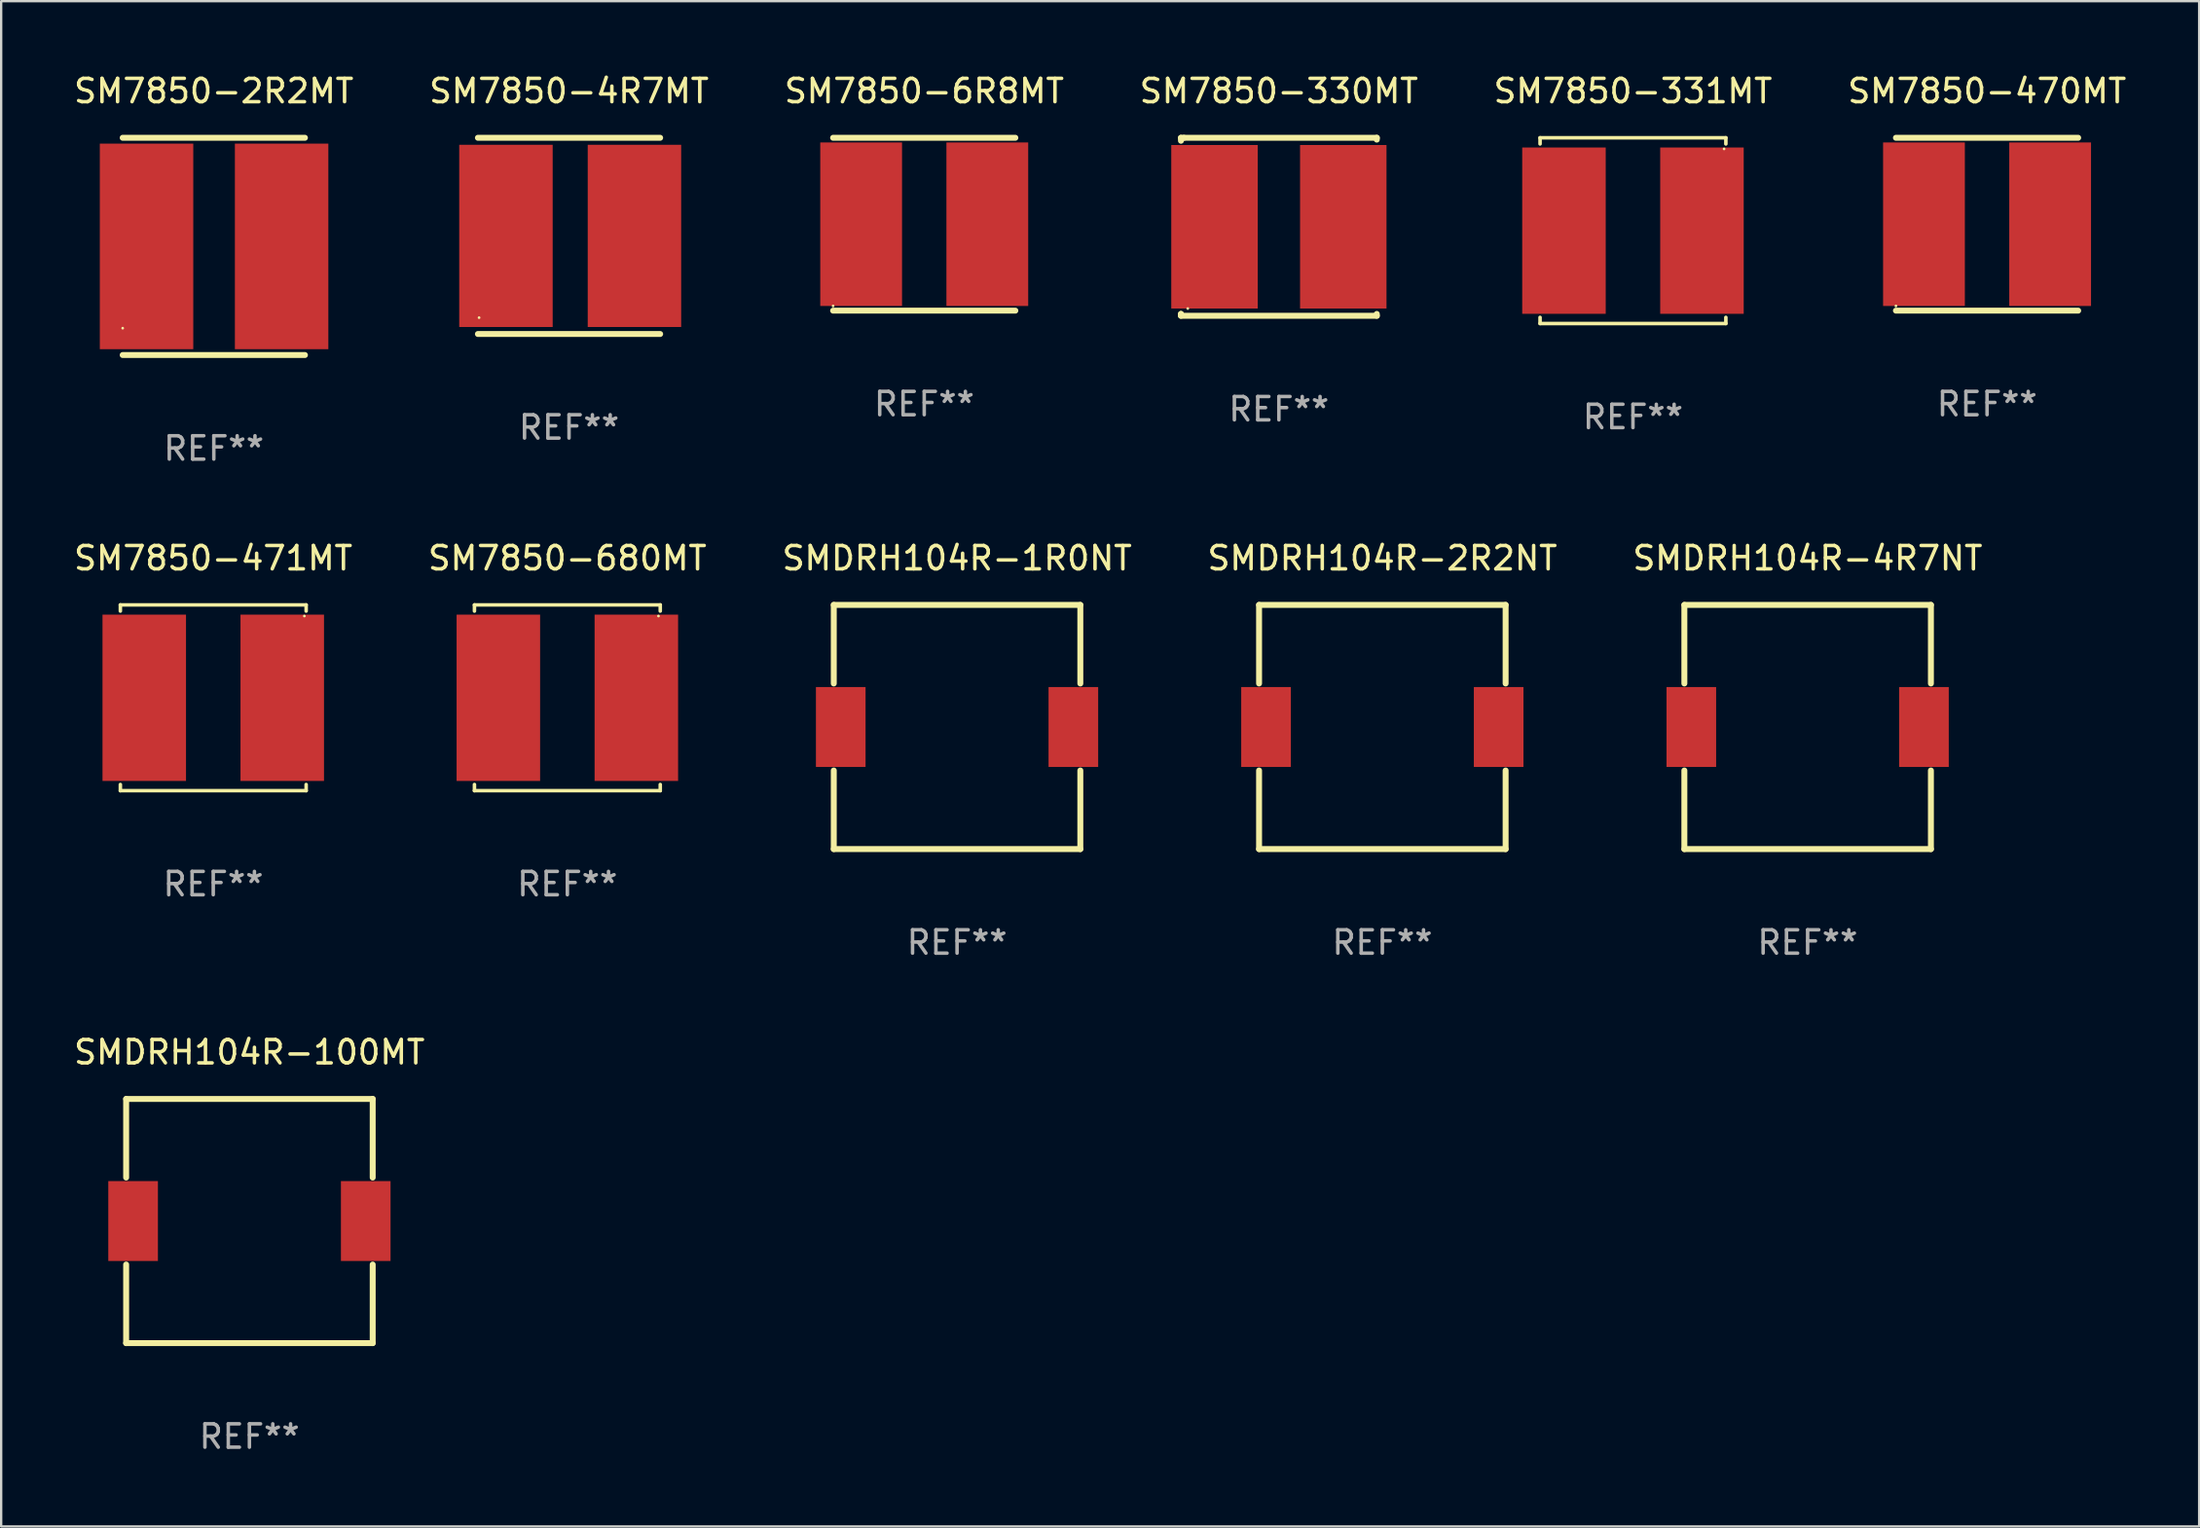
<source format=kicad_pcb>
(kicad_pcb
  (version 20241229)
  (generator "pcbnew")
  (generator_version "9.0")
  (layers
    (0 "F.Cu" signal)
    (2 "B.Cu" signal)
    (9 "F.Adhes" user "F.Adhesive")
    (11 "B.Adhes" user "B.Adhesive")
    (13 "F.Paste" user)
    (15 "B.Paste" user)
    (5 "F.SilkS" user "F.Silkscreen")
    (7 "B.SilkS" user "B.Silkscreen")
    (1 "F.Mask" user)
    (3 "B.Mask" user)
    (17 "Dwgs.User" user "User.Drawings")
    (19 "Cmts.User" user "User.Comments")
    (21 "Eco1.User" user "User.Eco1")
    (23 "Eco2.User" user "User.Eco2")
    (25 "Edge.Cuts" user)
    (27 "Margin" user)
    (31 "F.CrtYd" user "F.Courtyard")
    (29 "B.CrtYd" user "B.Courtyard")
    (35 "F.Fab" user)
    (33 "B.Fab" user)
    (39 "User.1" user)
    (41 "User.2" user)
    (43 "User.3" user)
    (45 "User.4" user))
  (footprint "SM7850-6R8MT"
    (layer "F.Cu")
    (at 36.506 6.548)
    (property "Reference" "SM7850-6R8MT" (at 0 -5.7 0) (layer "F.SilkS") (effects (font (size 1 1) (thickness 0.15))))
    (attr through_hole)
    (fp_line (start -3.9 -3.7) (end 3.9 -3.7) (stroke (width 0.254) (type solid)) (layer "F.SilkS"))
    (fp_line (start -3.9 3.7) (end 3.9 3.7) (stroke (width 0.254) (type solid)) (layer "F.SilkS"))
    (fp_circle (center -3.9 3.5) (end -3.87 3.5) (stroke (width 0.06) (type solid)) (fill no) (layer "F.SilkS"))
    (fp_text user "REF**" (at 0 7.7 0) (layer "F.Fab") (effects (font (size 1 1) (thickness 0.15))))
    (pad "1" smd rect (at -2.7 0) (size 3.5 7) (layers "F.Cu" "F.Mask" "F.Paste"))
    (pad "2" smd rect (at 2.7 0) (size 3.5 7) (layers "F.Cu" "F.Mask" "F.Paste")))
  (footprint "SM7850-2R2MT"
    (layer "F.Cu")
    (at 6.101 7.498)
    (property "Reference" "SM7850-2R2MT" (at 0 -6.65 0) (layer "F.SilkS") (effects (font (size 1 1) (thickness 0.15))))
    (attr through_hole)
    (fp_line (start -3.9 -4.65) (end 3.9 -4.65) (stroke (width 0.254) (type solid)) (layer "F.SilkS"))
    (fp_line (start -3.9 4.65) (end 3.9 4.65) (stroke (width 0.254) (type solid)) (layer "F.SilkS"))
    (fp_circle (center -3.9 3.5) (end -3.87 3.5) (stroke (width 0.06) (type solid)) (fill no) (layer "F.SilkS"))
    (fp_text user "REF**" (at 0 8.65 0) (layer "F.Fab") (effects (font (size 1 1) (thickness 0.15))))
    (pad "1" smd rect (at -2.879 0) (size 4 8.8) (layers "F.Cu" "F.Mask" "F.Paste"))
    (pad "2" smd rect (at 2.902 0) (size 4 8.8) (layers "F.Cu" "F.Mask" "F.Paste")))
  (footprint "SM7850-4R7MT"
    (layer "F.Cu")
    (at 21.304 7.048)
    (property "Reference" "SM7850-4R7MT" (at 0 -6.2 0) (layer "F.SilkS") (effects (font (size 1 1) (thickness 0.15))))
    (attr through_hole)
    (fp_line (start -3.9 -4.2) (end 3.9 -4.2) (stroke (width 0.254) (type solid)) (layer "F.SilkS"))
    (fp_line (start -3.9 4.2) (end 3.9 4.2) (stroke (width 0.254) (type solid)) (layer "F.SilkS"))
    (fp_circle (center -3.85 3.5) (end -3.82 3.5) (stroke (width 0.06) (type solid)) (fill no) (layer "F.SilkS"))
    (fp_text user "REF**" (at 0 8.2 0) (layer "F.Fab") (effects (font (size 1 1) (thickness 0.15))))
    (pad "1" smd rect (at -2.7 0) (size 4 7.8) (layers "F.Cu" "F.Mask" "F.Paste"))
    (pad "2" smd rect (at 2.8 0) (size 4 7.8) (layers "F.Cu" "F.Mask" "F.Paste")))
  (footprint "SM7850-470MT"
    (layer "F.Cu")
    (at 81.994 6.548)
    (property "Reference" "SM7850-470MT" (at 0 -5.7 0) (layer "F.SilkS") (effects (font (size 1 1) (thickness 0.15))))
    (attr through_hole)
    (fp_line (start -3.9 -3.7) (end 3.9 -3.7) (stroke (width 0.254) (type solid)) (layer "F.SilkS"))
    (fp_line (start -3.9 3.7) (end 3.9 3.7) (stroke (width 0.254) (type solid)) (layer "F.SilkS"))
    (fp_circle (center -3.9 3.5) (end -3.87 3.5) (stroke (width 0.06) (type solid)) (fill no) (layer "F.SilkS"))
    (fp_text user "REF**" (at 0 7.7 0) (layer "F.Fab") (effects (font (size 1 1) (thickness 0.15))))
    (pad "1" smd rect (at -2.7 0) (size 3.5 7) (layers "F.Cu" "F.Mask" "F.Paste"))
    (pad "2" smd rect (at 2.7 0) (size 3.5 7) (layers "F.Cu" "F.Mask" "F.Paste")))
  (footprint "SM7850-331MT"
    (layer "F.Cu")
    (at 66.839 6.824)
    (property "Reference" "SM7850-331MT" (at 0 -5.976 0) (layer "F.SilkS") (effects (font (size 1 1) (thickness 0.15))))
    (attr through_hole)
    (fp_line (start -3.976 -3.976) (end 3.976 -3.976) (stroke (width 0.152) (type solid)) (layer "F.SilkS"))
    (fp_line (start -3.976 -3.712) (end -3.976 -3.976) (stroke (width 0.152) (type solid)) (layer "F.SilkS"))
    (fp_line (start -3.976 3.712) (end -3.976 3.976) (stroke (width 0.152) (type solid)) (layer "F.SilkS"))
    (fp_line (start -3.976 3.976) (end 3.976 3.976) (stroke (width 0.152) (type solid)) (layer "F.SilkS"))
    (fp_line (start 3.976 -3.976) (end 3.976 -3.712) (stroke (width 0.152) (type solid)) (layer "F.SilkS"))
    (fp_line (start 3.976 3.976) (end 3.976 3.712) (stroke (width 0.152) (type solid)) (layer "F.SilkS"))
    (fp_circle (center 3.9 -3.5) (end 3.93 -3.5) (stroke (width 0.06) (type solid)) (fill no) (layer "F.SilkS"))
    (fp_text user "REF**" (at 0 7.976 0) (layer "F.Fab") (effects (font (size 1 1) (thickness 0.15))))
    (pad "1" smd rect (at 2.953 0) (size 3.574 7.12) (layers "F.Cu" "F.Mask" "F.Paste"))
    (pad "2" smd rect (at -2.953 0) (size 3.574 7.12) (layers "F.Cu" "F.Mask" "F.Paste")))
  (footprint "SMDRH104R-100MT"
    (layer "F.Cu")
    (at 7.625 49.22)
    (property "Reference" "SMDRH104R-100MT" (at 0 -7.226 0) (layer "F.SilkS") (effects (font (size 1 1) (thickness 0.15))))
    (attr through_hole)
    (fp_line (start -5.276 -5.226) (end 5.276 -5.226) (stroke (width 0.254) (type solid)) (layer "F.SilkS"))
    (fp_line (start -5.276 -1.862) (end -5.276 -5.226) (stroke (width 0.254) (type solid)) (layer "F.SilkS"))
    (fp_line (start -5.276 1.862) (end -5.276 5.226) (stroke (width 0.254) (type solid)) (layer "F.SilkS"))
    (fp_line (start -5.276 5.226) (end 5.276 5.226) (stroke (width 0.254) (type solid)) (layer "F.SilkS"))
    (fp_line (start 5.276 -5.226) (end 5.276 -1.862) (stroke (width 0.254) (type solid)) (layer "F.SilkS"))
    (fp_line (start 5.276 5.226) (end 5.276 1.862) (stroke (width 0.254) (type solid)) (layer "F.SilkS"))
    (fp_circle (center 5.2 -5.15) (end 5.23 -5.15) (stroke (width 0.06) (type solid)) (fill no) (layer "F.SilkS"))
    (fp_text user "REF**" (at 0 9.226 0) (layer "F.Fab") (effects (font (size 1 1) (thickness 0.15))))
    (pad "1" smd rect (at 4.978 0) (size 2.124 3.42) (layers "F.Cu" "F.Mask" "F.Paste"))
    (pad "2" smd rect (at -4.978 0) (size 2.124 3.42) (layers "F.Cu" "F.Mask" "F.Paste")))
  (footprint "SM7850-471MT"
    (layer "F.Cu")
    (at 6.077 26.821)
    (property "Reference" "SM7850-471MT" (at 0 -5.976 0) (layer "F.SilkS") (effects (font (size 1 1) (thickness 0.15))))
    (attr through_hole)
    (fp_line (start -3.976 -3.976) (end 3.976 -3.976) (stroke (width 0.152) (type solid)) (layer "F.SilkS"))
    (fp_line (start -3.976 -3.712) (end -3.976 -3.976) (stroke (width 0.152) (type solid)) (layer "F.SilkS"))
    (fp_line (start -3.976 3.712) (end -3.976 3.976) (stroke (width 0.152) (type solid)) (layer "F.SilkS"))
    (fp_line (start -3.976 3.976) (end 3.976 3.976) (stroke (width 0.152) (type solid)) (layer "F.SilkS"))
    (fp_line (start 3.976 -3.976) (end 3.976 -3.712) (stroke (width 0.152) (type solid)) (layer "F.SilkS"))
    (fp_line (start 3.976 3.976) (end 3.976 3.712) (stroke (width 0.152) (type solid)) (layer "F.SilkS"))
    (fp_circle (center 3.9 -3.5) (end 3.93 -3.5) (stroke (width 0.06) (type solid)) (fill no) (layer "F.SilkS"))
    (fp_text user "REF**" (at 0 7.976 0) (layer "F.Fab") (effects (font (size 1 1) (thickness 0.15))))
    (pad "1" smd rect (at 2.953 0) (size 3.574 7.12) (layers "F.Cu" "F.Mask" "F.Paste"))
    (pad "2" smd rect (at -2.953 0) (size 3.574 7.12) (layers "F.Cu" "F.Mask" "F.Paste")))
  (footprint "SMDRH104R-4R7NT"
    (layer "F.Cu")
    (at 74.315 28.071)
    (property "Reference" "SMDRH104R-4R7NT" (at 0 -7.226 0) (layer "F.SilkS") (effects (font (size 1 1) (thickness 0.15))))
    (attr through_hole)
    (fp_line (start -5.276 -5.226) (end 5.276 -5.226) (stroke (width 0.254) (type solid)) (layer "F.SilkS"))
    (fp_line (start -5.276 -1.862) (end -5.276 -5.226) (stroke (width 0.254) (type solid)) (layer "F.SilkS"))
    (fp_line (start -5.276 1.862) (end -5.276 5.226) (stroke (width 0.254) (type solid)) (layer "F.SilkS"))
    (fp_line (start -5.276 5.226) (end 5.276 5.226) (stroke (width 0.254) (type solid)) (layer "F.SilkS"))
    (fp_line (start 5.276 -5.226) (end 5.276 -1.862) (stroke (width 0.254) (type solid)) (layer "F.SilkS"))
    (fp_line (start 5.276 5.226) (end 5.276 1.862) (stroke (width 0.254) (type solid)) (layer "F.SilkS"))
    (fp_circle (center 5.2 -5.15) (end 5.23 -5.15) (stroke (width 0.06) (type solid)) (fill no) (layer "F.SilkS"))
    (fp_text user "REF**" (at 0 9.226 0) (layer "F.Fab") (effects (font (size 1 1) (thickness 0.15))))
    (pad "1" smd rect (at 4.978 0) (size 2.124 3.42) (layers "F.Cu" "F.Mask" "F.Paste"))
    (pad "2" smd rect (at -4.978 0) (size 2.124 3.42) (layers "F.Cu" "F.Mask" "F.Paste")))
  (footprint "SM7850-680MT"
    (layer "F.Cu")
    (at 21.232 26.821)
    (property "Reference" "SM7850-680MT" (at 0 -5.976 0) (layer "F.SilkS") (effects (font (size 1 1) (thickness 0.15))))
    (attr through_hole)
    (fp_line (start -3.976 -3.976) (end 3.976 -3.976) (stroke (width 0.152) (type solid)) (layer "F.SilkS"))
    (fp_line (start -3.976 -3.712) (end -3.976 -3.976) (stroke (width 0.152) (type solid)) (layer "F.SilkS"))
    (fp_line (start -3.976 3.712) (end -3.976 3.976) (stroke (width 0.152) (type solid)) (layer "F.SilkS"))
    (fp_line (start -3.976 3.976) (end 3.976 3.976) (stroke (width 0.152) (type solid)) (layer "F.SilkS"))
    (fp_line (start 3.976 -3.976) (end 3.976 -3.712) (stroke (width 0.152) (type solid)) (layer "F.SilkS"))
    (fp_line (start 3.976 3.976) (end 3.976 3.712) (stroke (width 0.152) (type solid)) (layer "F.SilkS"))
    (fp_circle (center 3.9 -3.5) (end 3.93 -3.5) (stroke (width 0.06) (type solid)) (fill no) (layer "F.SilkS"))
    (fp_text user "REF**" (at 0 7.976 0) (layer "F.Fab") (effects (font (size 1 1) (thickness 0.15))))
    (pad "1" smd rect (at 2.953 0) (size 3.574 7.12) (layers "F.Cu" "F.Mask" "F.Paste"))
    (pad "2" smd rect (at -2.953 0) (size 3.574 7.12) (layers "F.Cu" "F.Mask" "F.Paste")))
  (footprint "SM7850-330MT"
    (layer "F.Cu")
    (at 51.685 6.658)
    (property "Reference" "SM7850-330MT" (at 0 -5.81 0) (layer "F.SilkS") (effects (font (size 1 1) (thickness 0.15))))
    (attr through_hole)
    (fp_line (start -4.191 3.73) (end -4.191 3.731) (stroke (width 0.254) (type solid)) (layer "F.SilkS"))
    (fp_line (start -4.191 -3.81) (end -4.191 -3.683) (stroke (width 0.254) (type solid)) (layer "F.SilkS"))
    (fp_line (start -4.191 3.81) (end -4.191 3.731) (stroke (width 0.254) (type solid)) (layer "F.SilkS"))
    (fp_line (start -4.064 -3.81) (end -4.191 -3.81) (stroke (width 0.254) (type solid)) (layer "F.SilkS"))
    (fp_line (start -4.064 -3.81) (end 4.191 -3.81) (stroke (width 0.254) (type solid)) (layer "F.SilkS"))
    (fp_line (start 4.191 -3.81) (end 4.191 -3.731) (stroke (width 0.254) (type solid)) (layer "F.SilkS"))
    (fp_line (start 4.191 3.731) (end 4.191 3.81) (stroke (width 0.254) (type solid)) (layer "F.SilkS"))
    (fp_line (start 4.191 3.81) (end -4.191 3.81) (stroke (width 0.254) (type solid)) (layer "F.SilkS"))
    (fp_circle (center -3.9 3.5) (end -3.87 3.5) (stroke (width 0.06) (type solid)) (fill no) (layer "F.SilkS"))
    (fp_text user "REF**" (at 0 7.81 0) (layer "F.Fab") (effects (font (size 1 1) (thickness 0.15))))
    (pad "1" smd rect (at -2.756 0) (size 3.7 7) (layers "F.Cu" "F.Mask" "F.Paste"))
    (pad "2" smd rect (at 2.756 0) (size 3.7 7) (layers "F.Cu" "F.Mask" "F.Paste")))
  (footprint "SMDRH104R-2R2NT"
    (layer "F.Cu")
    (at 56.113 28.071)
    (property "Reference" "SMDRH104R-2R2NT" (at 0 -7.226 0) (layer "F.SilkS") (effects (font (size 1 1) (thickness 0.15))))
    (attr through_hole)
    (fp_line (start -5.276 -5.226) (end 5.276 -5.226) (stroke (width 0.254) (type solid)) (layer "F.SilkS"))
    (fp_line (start -5.276 -1.862) (end -5.276 -5.226) (stroke (width 0.254) (type solid)) (layer "F.SilkS"))
    (fp_line (start -5.276 1.862) (end -5.276 5.226) (stroke (width 0.254) (type solid)) (layer "F.SilkS"))
    (fp_line (start -5.276 5.226) (end 5.276 5.226) (stroke (width 0.254) (type solid)) (layer "F.SilkS"))
    (fp_line (start 5.276 -5.226) (end 5.276 -1.862) (stroke (width 0.254) (type solid)) (layer "F.SilkS"))
    (fp_line (start 5.276 5.226) (end 5.276 1.862) (stroke (width 0.254) (type solid)) (layer "F.SilkS"))
    (fp_circle (center 5.2 -5.15) (end 5.23 -5.15) (stroke (width 0.06) (type solid)) (fill no) (layer "F.SilkS"))
    (fp_text user "REF**" (at 0 9.226 0) (layer "F.Fab") (effects (font (size 1 1) (thickness 0.15))))
    (pad "1" smd rect (at 4.978 0) (size 2.124 3.42) (layers "F.Cu" "F.Mask" "F.Paste"))
    (pad "2" smd rect (at -4.978 0) (size 2.124 3.42) (layers "F.Cu" "F.Mask" "F.Paste")))
  (footprint "SMDRH104R-1R0NT"
    (layer "F.Cu")
    (at 37.911 28.071)
    (property "Reference" "SMDRH104R-1R0NT" (at 0 -7.226 0) (layer "F.SilkS") (effects (font (size 1 1) (thickness 0.15))))
    (attr through_hole)
    (fp_line (start -5.276 -5.226) (end 5.276 -5.226) (stroke (width 0.254) (type solid)) (layer "F.SilkS"))
    (fp_line (start -5.276 -1.862) (end -5.276 -5.226) (stroke (width 0.254) (type solid)) (layer "F.SilkS"))
    (fp_line (start -5.276 1.862) (end -5.276 5.226) (stroke (width 0.254) (type solid)) (layer "F.SilkS"))
    (fp_line (start -5.276 5.226) (end 5.276 5.226) (stroke (width 0.254) (type solid)) (layer "F.SilkS"))
    (fp_line (start 5.276 -5.226) (end 5.276 -1.862) (stroke (width 0.254) (type solid)) (layer "F.SilkS"))
    (fp_line (start 5.276 5.226) (end 5.276 1.862) (stroke (width 0.254) (type solid)) (layer "F.SilkS"))
    (fp_circle (center 5.2 -5.15) (end 5.23 -5.15) (stroke (width 0.06) (type solid)) (fill no) (layer "F.SilkS"))
    (fp_text user "REF**" (at 0 9.226 0) (layer "F.Fab") (effects (font (size 1 1) (thickness 0.15))))
    (pad "1" smd rect (at 4.978 0) (size 2.124 3.42) (layers "F.Cu" "F.Mask" "F.Paste"))
    (pad "2" smd rect (at -4.978 0) (size 2.124 3.42) (layers "F.Cu" "F.Mask" "F.Paste")))
  (gr_rect
    (start -3 -3)
    (end 91.071 62.294)
    (stroke (width 0.1) (type default))
    (fill no)
    (layer "Edge.Cuts")))
</source>
